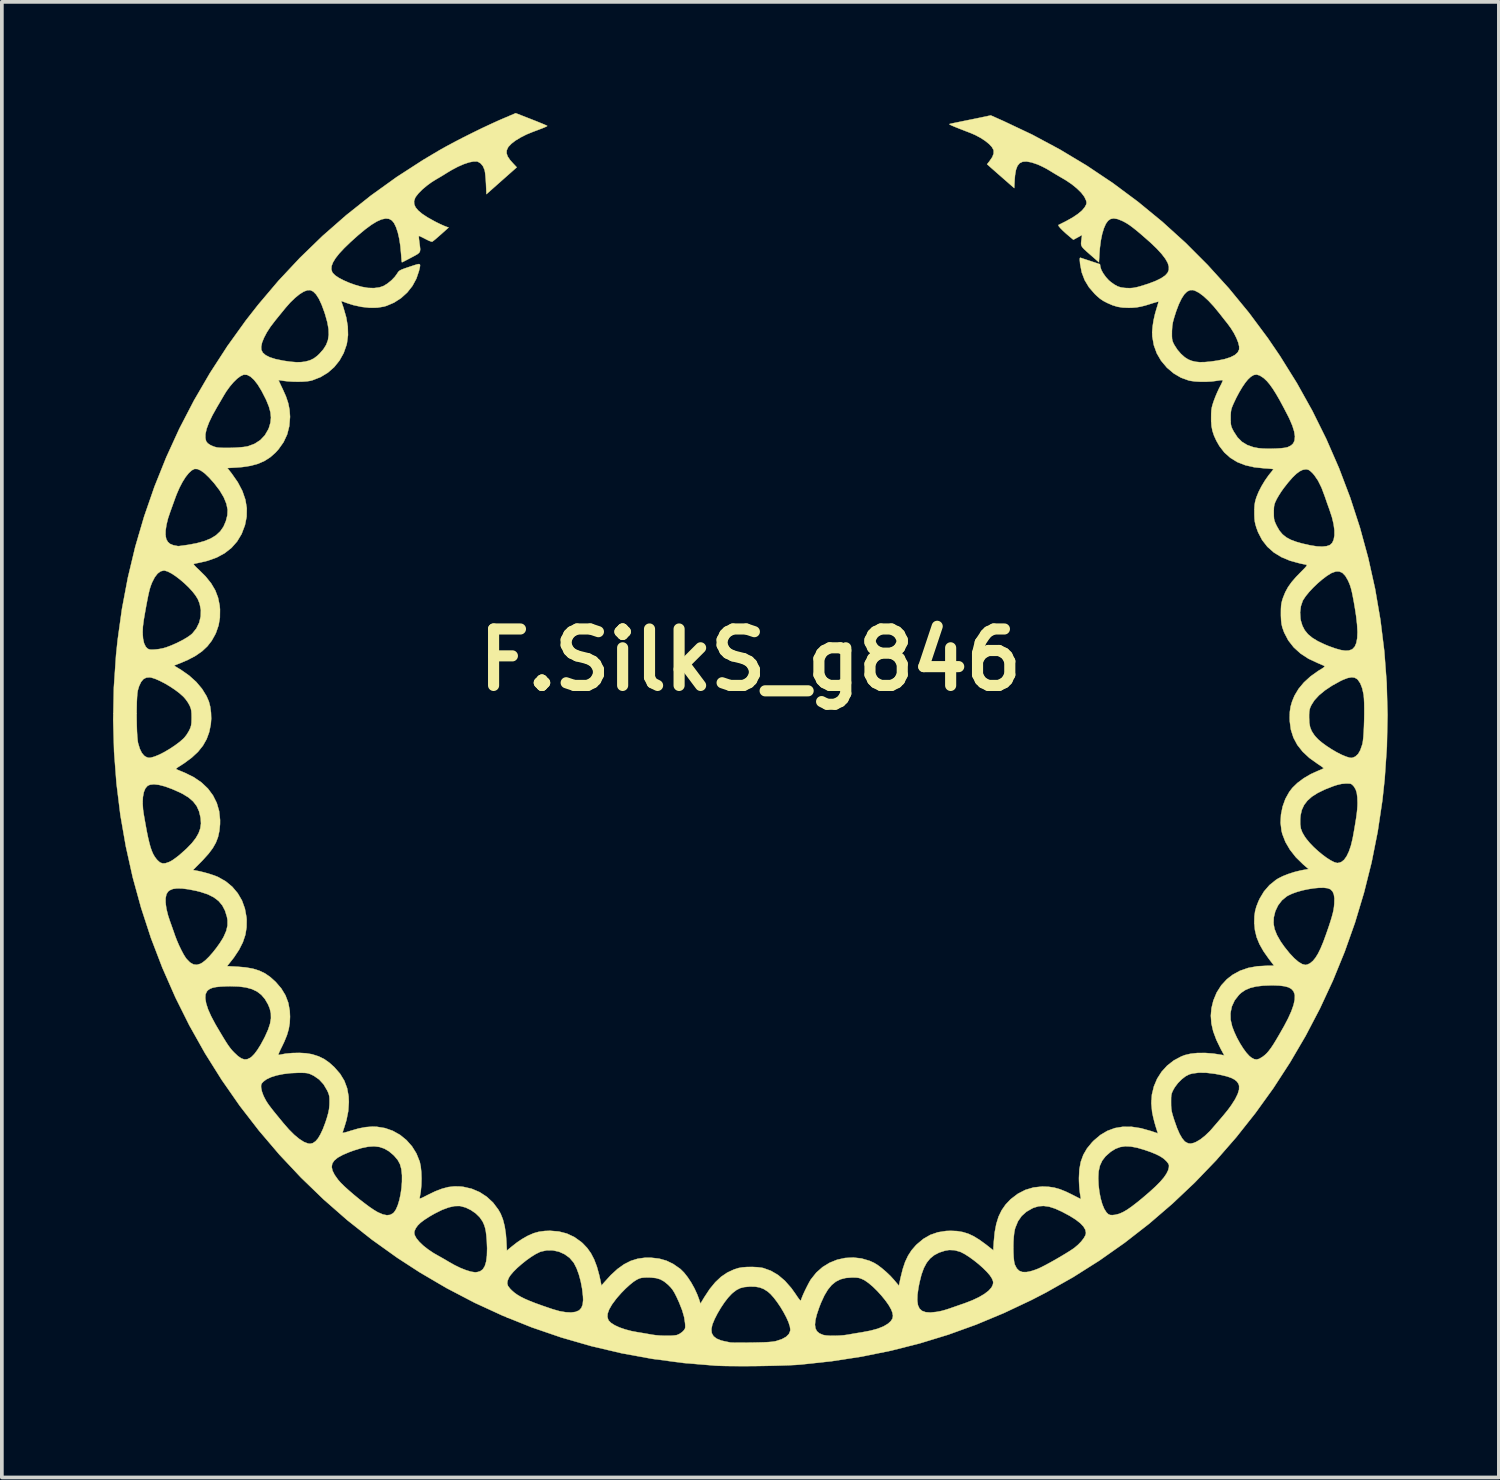
<source format=kicad_pcb>
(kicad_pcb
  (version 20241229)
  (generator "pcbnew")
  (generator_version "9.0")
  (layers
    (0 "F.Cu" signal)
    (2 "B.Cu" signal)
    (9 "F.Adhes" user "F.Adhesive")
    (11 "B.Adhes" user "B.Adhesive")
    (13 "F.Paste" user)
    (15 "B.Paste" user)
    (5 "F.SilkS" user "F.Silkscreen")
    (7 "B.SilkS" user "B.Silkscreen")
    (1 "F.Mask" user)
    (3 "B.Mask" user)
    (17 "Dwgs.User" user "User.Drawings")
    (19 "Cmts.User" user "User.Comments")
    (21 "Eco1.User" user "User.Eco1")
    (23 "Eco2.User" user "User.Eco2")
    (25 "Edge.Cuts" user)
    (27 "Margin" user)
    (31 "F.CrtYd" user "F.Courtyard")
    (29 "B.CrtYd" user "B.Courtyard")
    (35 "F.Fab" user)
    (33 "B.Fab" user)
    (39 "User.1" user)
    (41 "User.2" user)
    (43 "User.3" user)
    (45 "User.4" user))
  (footprint "F.SilkS_g846"
    (layer "F.Cu")
    (at 17.203 14.762)
    (property "Reference" "F.SilkS_g846" (at 0 0 0) (layer "F.SilkS") (effects (font (size 1.524 1.524) (thickness 0.3))))
    (attr through_hole)
    (fp_poly (pts (xy -5.908 -14.591) (xy -5.783 -14.542) (xy -5.673 -14.497) (xy -5.582 -14.46) (xy -5.518 -14.432) (xy -5.485 -14.416) (xy -5.482 -14.413) (xy -5.495 -14.402) (xy -5.537 -14.382) (xy -5.609 -14.352) (xy -5.716 -14.311) (xy -5.86 -14.257) (xy -5.863 -14.256) (xy -6.04 -14.184) (xy -6.2 -14.103) (xy -6.339 -14.019) (xy -6.45 -13.933) (xy -6.528 -13.851) (xy -6.541 -13.831) (xy -6.576 -13.753) (xy -6.579 -13.674) (xy -6.55 -13.589) (xy -6.486 -13.494) (xy -6.409 -13.407) (xy -6.305 -13.296) (xy -6.714 -12.934) (xy -7.123 -12.571) (xy -7.135 -12.852) (xy -7.142 -12.966) (xy -7.151 -13.073) (xy -7.161 -13.161) (xy -7.172 -13.22) (xy -7.173 -13.223) (xy -7.216 -13.325) (xy -7.279 -13.402) (xy -7.355 -13.447) (xy -7.377 -13.453) (xy -7.471 -13.454) (xy -7.592 -13.43) (xy -7.735 -13.382) (xy -7.893 -13.313) (xy -8.061 -13.224) (xy -8.183 -13.151) (xy -8.272 -13.095) (xy -8.363 -13.04) (xy -8.438 -12.996) (xy -8.456 -12.986) (xy -8.598 -12.899) (xy -8.733 -12.8) (xy -8.855 -12.697) (xy -8.956 -12.595) (xy -9.029 -12.502) (xy -9.047 -12.471) (xy -9.076 -12.386) (xy -9.073 -12.302) (xy -9.037 -12.217) (xy -8.966 -12.131) (xy -8.859 -12.041) (xy -8.714 -11.945) (xy -8.529 -11.842) (xy -8.474 -11.813) (xy -8.386 -11.77) (xy -8.303 -11.732) (xy -8.238 -11.704) (xy -8.223 -11.698) (xy -8.144 -11.671) (xy -8.353 -11.484) (xy -8.433 -11.414) (xy -8.502 -11.354) (xy -8.556 -11.311) (xy -8.586 -11.289) (xy -8.588 -11.288) (xy -8.617 -11.293) (xy -8.673 -11.314) (xy -8.745 -11.349) (xy -8.776 -11.365) (xy -8.85 -11.403) (xy -8.908 -11.431) (xy -8.942 -11.443) (xy -8.947 -11.443) (xy -8.949 -11.42) (xy -8.945 -11.365) (xy -8.936 -11.29) (xy -8.934 -11.272) (xy -8.919 -11.163) (xy -8.911 -11.086) (xy -8.917 -11.031) (xy -8.94 -10.989) (xy -8.986 -10.952) (xy -9.059 -10.91) (xy -9.153 -10.86) (xy -9.244 -10.812) (xy -9.321 -10.772) (xy -9.376 -10.744) (xy -9.403 -10.732) (xy -9.404 -10.732) (xy -9.409 -10.751) (xy -9.415 -10.805) (xy -9.421 -10.883) (xy -9.427 -10.959) (xy -9.446 -11.172) (xy -9.476 -11.366) (xy -9.515 -11.537) (xy -9.563 -11.68) (xy -9.617 -11.791) (xy -9.677 -11.864) (xy -9.678 -11.864) (xy -9.753 -11.905) (xy -9.844 -11.914) (xy -9.953 -11.891) (xy -10.081 -11.835) (xy -10.228 -11.745) (xy -10.397 -11.62) (xy -10.587 -11.462) (xy -10.792 -11.278) (xy -10.961 -11.115) (xy -11.096 -10.97) (xy -11.197 -10.842) (xy -11.265 -10.73) (xy -11.303 -10.631) (xy -11.309 -10.545) (xy -11.287 -10.47) (xy -11.268 -10.441) (xy -11.205 -10.378) (xy -11.106 -10.312) (xy -10.979 -10.245) (xy -10.83 -10.18) (xy -10.666 -10.121) (xy -10.494 -10.072) (xy -10.491 -10.071) (xy -10.322 -10.041) (xy -10.159 -10.036) (xy -10.011 -10.055) (xy -9.901 -10.093) (xy -9.796 -10.157) (xy -9.69 -10.243) (xy -9.597 -10.339) (xy -9.534 -10.426) (xy -9.511 -10.462) (xy -9.488 -10.49) (xy -9.457 -10.513) (xy -9.41 -10.536) (xy -9.341 -10.563) (xy -9.241 -10.597) (xy -9.196 -10.612) (xy -9.079 -10.651) (xy -8.997 -10.676) (xy -8.946 -10.685) (xy -8.92 -10.674) (xy -8.914 -10.643) (xy -8.923 -10.589) (xy -8.942 -10.509) (xy -8.943 -10.503) (xy -9.015 -10.29) (xy -9.122 -10.093) (xy -9.261 -9.917) (xy -9.428 -9.766) (xy -9.617 -9.644) (xy -9.824 -9.556) (xy -9.895 -9.536) (xy -10.074 -9.507) (xy -10.277 -9.505) (xy -10.494 -9.529) (xy -10.715 -9.577) (xy -10.882 -9.63) (xy -11.045 -9.69) (xy -10.983 -9.508) (xy -10.907 -9.243) (xy -10.866 -8.997) (xy -10.86 -8.768) (xy -10.888 -8.552) (xy -10.899 -8.504) (xy -10.977 -8.282) (xy -11.09 -8.08) (xy -11.233 -7.903) (xy -11.404 -7.753) (xy -11.6 -7.634) (xy -11.815 -7.55) (xy -11.874 -7.534) (xy -11.963 -7.52) (xy -12.081 -7.511) (xy -12.215 -7.508) (xy -12.354 -7.511) (xy -12.485 -7.519) (xy -12.593 -7.532) (xy -12.663 -7.543) (xy -12.714 -7.55) (xy -12.734 -7.551) (xy -12.727 -7.531) (xy -12.704 -7.481) (xy -12.67 -7.408) (xy -12.627 -7.319) (xy -12.624 -7.313) (xy -12.534 -7.111) (xy -12.473 -6.928) (xy -12.438 -6.752) (xy -12.425 -6.573) (xy -12.425 -6.553) (xy -12.445 -6.31) (xy -12.502 -6.086) (xy -12.599 -5.878) (xy -12.735 -5.686) (xy -12.816 -5.596) (xy -12.959 -5.47) (xy -13.115 -5.37) (xy -13.289 -5.294) (xy -13.487 -5.24) (xy -13.715 -5.205) (xy -13.868 -5.193) (xy -14.116 -5.179) (xy -13.999 -5.031) (xy -13.834 -4.794) (xy -13.711 -4.56) (xy -13.631 -4.328) (xy -13.592 -4.097) (xy -13.596 -3.867) (xy -13.641 -3.638) (xy -13.728 -3.408) (xy -13.735 -3.393) (xy -13.854 -3.196) (xy -14.005 -3.025) (xy -14.188 -2.881) (xy -14.402 -2.765) (xy -14.647 -2.677) (xy -14.817 -2.636) (xy -14.902 -2.618) (xy -14.972 -2.603) (xy -15.017 -2.593) (xy -15.024 -2.591) (xy -15.022 -2.575) (xy -14.991 -2.536) (xy -14.937 -2.481) (xy -14.892 -2.44) (xy -14.704 -2.253) (xy -14.555 -2.068) (xy -14.443 -1.879) (xy -14.368 -1.682) (xy -14.325 -1.474) (xy -14.315 -1.365) (xy -14.318 -1.14) (xy -14.353 -0.934) (xy -14.421 -0.737) (xy -14.443 -0.689) (xy -14.539 -0.517) (xy -14.656 -0.367) (xy -14.798 -0.234) (xy -14.97 -0.114) (xy -15.176 -0.004) (xy -15.383 0.085) (xy -15.557 0.153) (xy -15.362 0.272) (xy -15.146 0.424) (xy -14.957 0.594) (xy -14.8 0.78) (xy -14.679 0.976) (xy -14.614 1.127) (xy -14.579 1.262) (xy -14.558 1.421) (xy -14.552 1.586) (xy -14.563 1.735) (xy -14.606 1.947) (xy -14.676 2.139) (xy -14.776 2.315) (xy -14.909 2.481) (xy -15.078 2.638) (xy -15.285 2.791) (xy -15.397 2.863) (xy -15.461 2.904) (xy -15.494 2.929) (xy -15.499 2.944) (xy -15.483 2.956) (xy -15.471 2.961) (xy -15.427 2.98) (xy -15.358 3.008) (xy -15.277 3.042) (xy -15.261 3.048) (xy -15.021 3.167) (xy -14.814 3.309) (xy -14.641 3.473) (xy -14.504 3.658) (xy -14.402 3.862) (xy -14.338 4.083) (xy -14.313 4.32) (xy -14.314 4.433) (xy -14.332 4.616) (xy -14.368 4.78) (xy -14.426 4.932) (xy -14.51 5.08) (xy -14.623 5.231) (xy -14.769 5.393) (xy -14.808 5.434) (xy -15.044 5.672) (xy -14.967 5.685) (xy -14.853 5.708) (xy -14.721 5.741) (xy -14.587 5.78) (xy -14.466 5.82) (xy -14.371 5.858) (xy -14.368 5.859) (xy -14.162 5.976) (xy -13.984 6.123) (xy -13.837 6.297) (xy -13.722 6.494) (xy -13.643 6.713) (xy -13.6 6.95) (xy -13.595 7.008) (xy -13.598 7.218) (xy -13.631 7.421) (xy -13.698 7.621) (xy -13.8 7.823) (xy -13.939 8.033) (xy -14.03 8.149) (xy -14.124 8.266) (xy -13.851 8.28) (xy -13.621 8.3) (xy -13.423 8.335) (xy -13.252 8.389) (xy -13.098 8.463) (xy -12.956 8.562) (xy -12.817 8.687) (xy -12.816 8.688) (xy -12.662 8.866) (xy -12.548 9.053) (xy -12.472 9.254) (xy -12.432 9.473) (xy -12.425 9.632) (xy -12.433 9.802) (xy -12.46 9.965) (xy -12.508 10.129) (xy -12.581 10.308) (xy -12.635 10.421) (xy -12.685 10.522) (xy -12.717 10.592) (xy -12.734 10.634) (xy -12.736 10.656) (xy -12.726 10.662) (xy -12.712 10.66) (xy -12.546 10.628) (xy -12.362 10.611) (xy -12.173 10.607) (xy -11.995 10.617) (xy -11.841 10.642) (xy -11.824 10.646) (xy -11.652 10.701) (xy -11.502 10.774) (xy -11.361 10.874) (xy -11.227 10.995) (xy -11.073 11.172) (xy -10.959 11.359) (xy -10.884 11.56) (xy -10.844 11.779) (xy -10.837 11.933) (xy -10.853 12.176) (xy -10.902 12.423) (xy -10.954 12.595) (xy -10.979 12.67) (xy -10.998 12.73) (xy -11.006 12.763) (xy -11.007 12.765) (xy -10.988 12.765) (xy -10.937 12.754) (xy -10.863 12.733) (xy -10.787 12.709) (xy -10.572 12.647) (xy -10.38 12.611) (xy -10.202 12.597) (xy -10.085 12.601) (xy -9.862 12.637) (xy -9.651 12.711) (xy -9.456 12.82) (xy -9.282 12.961) (xy -9.133 13.129) (xy -9.013 13.322) (xy -8.927 13.536) (xy -8.923 13.547) (xy -8.897 13.673) (xy -8.881 13.828) (xy -8.875 14) (xy -8.88 14.178) (xy -8.896 14.349) (xy -8.923 14.502) (xy -8.925 14.514) (xy -8.927 14.532) (xy -8.916 14.538) (xy -8.887 14.53) (xy -8.835 14.507) (xy -8.753 14.465) (xy -8.714 14.445) (xy -8.508 14.345) (xy -8.323 14.274) (xy -8.153 14.229) (xy -7.989 14.21) (xy -7.824 14.214) (xy -7.751 14.222) (xy -7.52 14.275) (xy -7.306 14.366) (xy -7.113 14.492) (xy -6.943 14.65) (xy -6.802 14.838) (xy -6.74 14.947) (xy -6.679 15.1) (xy -6.631 15.287) (xy -6.599 15.502) (xy -6.586 15.669) (xy -6.572 15.944) (xy -6.445 15.839) (xy -6.3 15.725) (xy -6.165 15.634) (xy -6.026 15.554) (xy -5.996 15.539) (xy -5.85 15.475) (xy -5.706 15.435) (xy -5.548 15.414) (xy -5.405 15.409) (xy -5.169 15.428) (xy -4.952 15.484) (xy -4.751 15.578) (xy -4.565 15.711) (xy -4.525 15.746) (xy -4.405 15.872) (xy -4.303 16.015) (xy -4.216 16.182) (xy -4.142 16.377) (xy -4.079 16.605) (xy -4.043 16.769) (xy -4.019 16.889) (xy -3.953 16.811) (xy -3.767 16.606) (xy -3.587 16.441) (xy -3.408 16.313) (xy -3.227 16.221) (xy -3.04 16.163) (xy -2.843 16.136) (xy -2.678 16.136) (xy -2.46 16.161) (xy -2.265 16.216) (xy -2.083 16.304) (xy -1.903 16.429) (xy -1.886 16.442) (xy -1.792 16.535) (xy -1.693 16.66) (xy -1.596 16.807) (xy -1.507 16.967) (xy -1.432 17.131) (xy -1.382 17.265) (xy -1.347 17.377) (xy -1.244 17.205) (xy -1.097 16.982) (xy -0.947 16.799) (xy -0.79 16.651) (xy -0.622 16.537) (xy -0.441 16.453) (xy -0.318 16.414) (xy -0.214 16.396) (xy -0.084 16.386) (xy 0.057 16.385) (xy 0.194 16.392) (xy 0.312 16.407) (xy 0.35 16.415) (xy 0.555 16.489) (xy 0.749 16.603) (xy 0.931 16.757) (xy 1.103 16.952) (xy 1.209 17.1) (xy 1.271 17.192) (xy 1.314 17.252) (xy 1.342 17.284) (xy 1.359 17.292) (xy 1.368 17.279) (xy 1.368 17.277) (xy 1.39 17.216) (xy 1.426 17.128) (xy 1.473 17.026) (xy 1.525 16.921) (xy 1.576 16.822) (xy 1.621 16.742) (xy 1.638 16.717) (xy 1.781 16.537) (xy 1.949 16.389) (xy 2.138 16.273) (xy 2.343 16.19) (xy 2.558 16.143) (xy 2.779 16.131) (xy 3.001 16.156) (xy 3.219 16.22) (xy 3.338 16.274) (xy 3.435 16.333) (xy 3.548 16.418) (xy 3.666 16.519) (xy 3.78 16.627) (xy 3.873 16.729) (xy 4.01 16.891) (xy 4.056 16.674) (xy 4.113 16.444) (xy 4.178 16.249) (xy 4.257 16.082) (xy 4.351 15.936) (xy 4.465 15.804) (xy 4.494 15.775) (xy 4.671 15.627) (xy 4.859 15.519) (xy 5.062 15.449) (xy 5.285 15.414) (xy 5.411 15.41) (xy 5.579 15.417) (xy 5.733 15.443) (xy 5.881 15.488) (xy 6.029 15.557) (xy 6.185 15.653) (xy 6.357 15.778) (xy 6.417 15.825) (xy 6.558 15.937) (xy 6.563 15.849) (xy 7.099 15.849) (xy 7.101 15.989) (xy 7.107 16.119) (xy 7.118 16.228) (xy 7.134 16.307) (xy 7.139 16.322) (xy 7.191 16.424) (xy 7.258 16.49) (xy 7.344 16.522) (xy 7.454 16.523) (xy 7.535 16.509) (xy 7.606 16.49) (xy 7.695 16.46) (xy 7.768 16.432) (xy 7.852 16.393) (xy 7.963 16.336) (xy 8.093 16.266) (xy 8.232 16.188) (xy 8.373 16.106) (xy 8.506 16.026) (xy 8.624 15.953) (xy 8.717 15.891) (xy 8.749 15.868) (xy 8.848 15.784) (xy 8.934 15.695) (xy 9.002 15.606) (xy 9.046 15.526) (xy 9.059 15.468) (xy 9.043 15.383) (xy 8.992 15.295) (xy 8.906 15.204) (xy 8.783 15.108) (xy 8.621 15.006) (xy 8.419 14.898) (xy 8.41 14.893) (xy 8.226 14.81) (xy 8.064 14.758) (xy 7.917 14.738) (xy 7.781 14.747) (xy 7.648 14.787) (xy 7.615 14.801) (xy 7.451 14.895) (xy 7.322 15.011) (xy 7.224 15.152) (xy 7.153 15.325) (xy 7.14 15.369) (xy 7.123 15.458) (xy 7.11 15.574) (xy 7.102 15.707) (xy 7.099 15.849) (xy 6.563 15.849) (xy 6.571 15.71) (xy 6.596 15.45) (xy 6.639 15.223) (xy 6.7 15.027) (xy 6.784 14.854) (xy 6.891 14.7) (xy 7.023 14.561) (xy 7.031 14.554) (xy 7.22 14.41) (xy 7.424 14.305) (xy 7.642 14.24) (xy 7.874 14.215) (xy 7.895 14.215) (xy 8.054 14.222) (xy 8.203 14.244) (xy 8.353 14.286) (xy 8.515 14.351) (xy 8.668 14.425) (xy 8.924 14.555) (xy 8.897 14.395) (xy 8.886 14.304) (xy 8.877 14.189) (xy 8.871 14.066) (xy 8.87 13.989) (xy 8.87 13.981) (xy 9.391 13.981) (xy 9.399 14.173) (xy 9.421 14.36) (xy 9.455 14.534) (xy 9.499 14.689) (xy 9.551 14.816) (xy 9.61 14.909) (xy 9.614 14.914) (xy 9.662 14.961) (xy 9.71 14.982) (xy 9.77 14.986) (xy 9.845 14.978) (xy 9.932 14.957) (xy 9.974 14.943) (xy 10.067 14.901) (xy 10.173 14.839) (xy 10.295 14.754) (xy 10.438 14.644) (xy 10.577 14.531) (xy 10.772 14.364) (xy 10.934 14.216) (xy 11.063 14.086) (xy 11.162 13.971) (xy 11.232 13.868) (xy 11.277 13.776) (xy 11.297 13.699) (xy 11.3 13.647) (xy 11.288 13.605) (xy 11.255 13.559) (xy 11.227 13.527) (xy 11.158 13.462) (xy 11.069 13.403) (xy 10.954 13.344) (xy 10.808 13.284) (xy 10.647 13.228) (xy 10.445 13.168) (xy 10.271 13.135) (xy 10.118 13.128) (xy 9.981 13.149) (xy 9.854 13.197) (xy 9.732 13.273) (xy 9.723 13.28) (xy 9.592 13.394) (xy 9.498 13.515) (xy 9.435 13.652) (xy 9.4 13.81) (xy 9.391 13.981) (xy 8.87 13.981) (xy 8.881 13.753) (xy 8.92 13.545) (xy 8.988 13.358) (xy 9.088 13.186) (xy 9.223 13.022) (xy 9.269 12.975) (xy 9.447 12.824) (xy 9.636 12.712) (xy 9.839 12.637) (xy 10.057 12.601) (xy 10.291 12.602) (xy 10.543 12.641) (xy 10.813 12.717) (xy 10.82 12.719) (xy 11 12.78) (xy 10.939 12.586) (xy 10.906 12.471) (xy 10.874 12.342) (xy 10.849 12.223) (xy 10.845 12.203) (xy 10.823 11.964) (xy 10.825 11.938) (xy 11.356 11.938) (xy 11.357 12.033) (xy 11.362 12.11) (xy 11.372 12.18) (xy 11.391 12.258) (xy 11.42 12.354) (xy 11.446 12.435) (xy 11.517 12.635) (xy 11.586 12.793) (xy 11.654 12.911) (xy 11.72 12.991) (xy 11.747 13.012) (xy 11.817 13.048) (xy 11.888 13.056) (xy 11.972 13.036) (xy 12.033 13.01) (xy 12.149 12.942) (xy 12.275 12.842) (xy 12.403 12.719) (xy 12.461 12.654) (xy 12.589 12.505) (xy 12.693 12.384) (xy 12.776 12.286) (xy 12.842 12.205) (xy 12.895 12.139) (xy 12.938 12.081) (xy 12.976 12.028) (xy 12.98 12.023) (xy 13.085 11.859) (xy 13.155 11.717) (xy 13.191 11.598) (xy 13.193 11.499) (xy 13.177 11.445) (xy 13.135 11.382) (xy 13.072 11.329) (xy 12.984 11.283) (xy 12.866 11.242) (xy 12.713 11.205) (xy 12.542 11.172) (xy 12.311 11.144) (xy 12.106 11.141) (xy 11.93 11.164) (xy 11.847 11.187) (xy 11.748 11.238) (xy 11.645 11.318) (xy 11.545 11.418) (xy 11.461 11.528) (xy 11.428 11.583) (xy 11.396 11.645) (xy 11.375 11.696) (xy 11.363 11.748) (xy 11.357 11.813) (xy 11.356 11.904) (xy 11.356 11.938) (xy 10.825 11.938) (xy 10.839 11.732) (xy 10.893 11.511) (xy 10.98 11.305) (xy 11.1 11.117) (xy 11.25 10.952) (xy 11.427 10.813) (xy 11.629 10.705) (xy 11.726 10.667) (xy 11.882 10.63) (xy 12.068 10.61) (xy 12.277 10.609) (xy 12.499 10.626) (xy 12.727 10.662) (xy 12.73 10.663) (xy 12.792 10.675) (xy 12.696 10.497) (xy 12.578 10.253) (xy 12.494 10.027) (xy 12.445 9.813) (xy 12.43 9.606) (xy 12.436 9.528) (xy 12.96 9.528) (xy 12.963 9.711) (xy 13.006 9.896) (xy 13.064 10.047) (xy 13.135 10.2) (xy 13.216 10.348) (xy 13.302 10.485) (xy 13.387 10.601) (xy 13.469 10.691) (xy 13.525 10.736) (xy 13.6 10.776) (xy 13.667 10.786) (xy 13.737 10.767) (xy 13.821 10.716) (xy 13.836 10.706) (xy 13.89 10.663) (xy 13.942 10.614) (xy 13.995 10.552) (xy 14.053 10.475) (xy 14.118 10.378) (xy 14.192 10.257) (xy 14.28 10.107) (xy 14.384 9.924) (xy 14.406 9.886) (xy 14.517 9.674) (xy 14.603 9.483) (xy 14.662 9.315) (xy 14.693 9.173) (xy 14.697 9.057) (xy 14.689 9.016) (xy 14.658 8.94) (xy 14.605 8.882) (xy 14.528 8.838) (xy 14.423 8.809) (xy 14.285 8.791) (xy 14.11 8.784) (xy 14.069 8.784) (xy 13.844 8.792) (xy 13.655 8.814) (xy 13.495 8.853) (xy 13.362 8.909) (xy 13.249 8.985) (xy 13.189 9.041) (xy 13.073 9.189) (xy 12.997 9.353) (xy 12.96 9.528) (xy 12.436 9.528) (xy 12.447 9.402) (xy 12.497 9.196) (xy 12.498 9.194) (xy 12.587 8.979) (xy 12.71 8.785) (xy 12.864 8.618) (xy 13.015 8.501) (xy 13.215 8.391) (xy 13.438 8.314) (xy 13.684 8.269) (xy 13.947 8.255) (xy 14.138 8.255) (xy 13.994 8.067) (xy 13.85 7.862) (xy 13.741 7.669) (xy 13.665 7.482) (xy 13.62 7.293) (xy 13.604 7.118) (xy 14.122 7.118) (xy 14.149 7.263) (xy 14.214 7.426) (xy 14.315 7.603) (xy 14.416 7.746) (xy 14.553 7.917) (xy 14.68 8.052) (xy 14.794 8.15) (xy 14.896 8.211) (xy 14.984 8.233) (xy 14.986 8.233) (xy 15.037 8.222) (xy 15.099 8.193) (xy 15.116 8.182) (xy 15.187 8.122) (xy 15.255 8.038) (xy 15.323 7.928) (xy 15.393 7.786) (xy 15.466 7.61) (xy 15.544 7.396) (xy 15.55 7.379) (xy 15.612 7.2) (xy 15.66 7.053) (xy 15.696 6.933) (xy 15.723 6.833) (xy 15.742 6.747) (xy 15.754 6.666) (xy 15.761 6.587) (xy 15.762 6.572) (xy 15.765 6.435) (xy 15.75 6.331) (xy 15.718 6.254) (xy 15.665 6.198) (xy 15.65 6.188) (xy 15.58 6.162) (xy 15.479 6.15) (xy 15.353 6.151) (xy 15.211 6.164) (xy 15.059 6.188) (xy 14.906 6.22) (xy 14.759 6.261) (xy 14.625 6.309) (xy 14.513 6.362) (xy 14.479 6.382) (xy 14.349 6.489) (xy 14.245 6.625) (xy 14.17 6.782) (xy 14.128 6.953) (xy 14.122 7.118) (xy 13.604 7.118) (xy 13.602 7.097) (xy 13.602 7.07) (xy 13.606 6.919) (xy 13.624 6.787) (xy 13.658 6.66) (xy 13.712 6.522) (xy 13.748 6.444) (xy 13.865 6.249) (xy 14.014 6.077) (xy 14.191 5.935) (xy 14.247 5.9) (xy 14.37 5.838) (xy 14.521 5.778) (xy 14.686 5.725) (xy 14.853 5.684) (xy 14.915 5.672) (xy 15.067 5.645) (xy 14.918 5.516) (xy 14.725 5.327) (xy 14.566 5.125) (xy 14.443 4.915) (xy 14.36 4.701) (xy 14.338 4.614) (xy 14.317 4.436) (xy 14.842 4.436) (xy 14.859 4.552) (xy 14.899 4.658) (xy 14.964 4.769) (xy 15.012 4.836) (xy 15.101 4.943) (xy 15.206 5.052) (xy 15.321 5.158) (xy 15.44 5.256) (xy 15.557 5.343) (xy 15.666 5.412) (xy 15.761 5.46) (xy 15.835 5.481) (xy 15.848 5.482) (xy 15.904 5.472) (xy 15.958 5.451) (xy 16.028 5.394) (xy 16.096 5.298) (xy 16.157 5.17) (xy 16.211 5.012) (xy 16.255 4.829) (xy 16.264 4.784) (xy 16.302 4.574) (xy 16.331 4.4) (xy 16.354 4.256) (xy 16.37 4.135) (xy 16.381 4.033) (xy 16.387 3.942) (xy 16.389 3.863) (xy 16.384 3.71) (xy 16.369 3.592) (xy 16.34 3.499) (xy 16.296 3.424) (xy 16.278 3.402) (xy 16.243 3.366) (xy 16.21 3.345) (xy 16.165 3.337) (xy 16.095 3.336) (xy 16.072 3.336) (xy 15.959 3.346) (xy 15.839 3.374) (xy 15.737 3.407) (xy 15.505 3.498) (xy 15.313 3.592) (xy 15.157 3.691) (xy 15.036 3.799) (xy 14.946 3.917) (xy 14.885 4.049) (xy 14.851 4.197) (xy 14.842 4.297) (xy 14.842 4.436) (xy 14.317 4.436) (xy 14.312 4.399) (xy 14.323 4.178) (xy 14.367 3.959) (xy 14.442 3.75) (xy 14.548 3.561) (xy 14.632 3.452) (xy 14.768 3.32) (xy 14.937 3.194) (xy 15.13 3.081) (xy 15.339 2.987) (xy 15.372 2.974) (xy 15.43 2.95) (xy 15.466 2.93) (xy 15.473 2.922) (xy 15.456 2.905) (xy 15.411 2.871) (xy 15.347 2.828) (xy 15.313 2.806) (xy 15.09 2.647) (xy 14.908 2.477) (xy 14.764 2.295) (xy 14.659 2.098) (xy 14.591 1.886) (xy 14.56 1.657) (xy 14.557 1.566) (xy 14.557 1.556) (xy 15.082 1.556) (xy 15.088 1.701) (xy 15.11 1.818) (xy 15.152 1.922) (xy 15.218 2.024) (xy 15.255 2.07) (xy 15.332 2.151) (xy 15.436 2.238) (xy 15.557 2.326) (xy 15.689 2.412) (xy 15.824 2.491) (xy 15.955 2.558) (xy 16.074 2.608) (xy 16.173 2.639) (xy 16.224 2.645) (xy 16.27 2.635) (xy 16.327 2.609) (xy 16.335 2.604) (xy 16.405 2.539) (xy 16.464 2.436) (xy 16.514 2.292) (xy 16.523 2.26) (xy 16.535 2.187) (xy 16.547 2.079) (xy 16.556 1.945) (xy 16.563 1.793) (xy 16.568 1.631) (xy 16.571 1.467) (xy 16.571 1.308) (xy 16.569 1.164) (xy 16.563 1.041) (xy 16.555 0.948) (xy 16.553 0.935) (xy 16.516 0.767) (xy 16.464 0.633) (xy 16.399 0.538) (xy 16.376 0.516) (xy 16.309 0.478) (xy 16.228 0.469) (xy 16.127 0.487) (xy 16.002 0.534) (xy 15.932 0.567) (xy 15.705 0.692) (xy 15.51 0.822) (xy 15.348 0.956) (xy 15.224 1.091) (xy 15.142 1.22) (xy 15.113 1.283) (xy 15.096 1.338) (xy 15.086 1.398) (xy 15.082 1.478) (xy 15.082 1.556) (xy 14.557 1.556) (xy 14.562 1.401) (xy 14.583 1.26) (xy 14.622 1.125) (xy 14.683 0.977) (xy 14.692 0.958) (xy 14.798 0.781) (xy 14.941 0.609) (xy 15.119 0.446) (xy 15.326 0.298) (xy 15.416 0.244) (xy 15.469 0.209) (xy 15.498 0.181) (xy 15.501 0.168) (xy 15.474 0.153) (xy 15.418 0.128) (xy 15.344 0.096) (xy 15.316 0.085) (xy 15.064 -0.033) (xy 14.847 -0.175) (xy 14.666 -0.34) (xy 14.519 -0.528) (xy 14.409 -0.739) (xy 14.359 -0.878) (xy 14.339 -0.965) (xy 14.327 -1.067) (xy 14.321 -1.197) (xy 14.321 -1.259) (xy 14.321 -1.285) (xy 14.839 -1.285) (xy 14.849 -1.115) (xy 14.859 -1.06) (xy 14.901 -0.922) (xy 14.964 -0.801) (xy 15.052 -0.693) (xy 15.169 -0.596) (xy 15.318 -0.505) (xy 15.504 -0.417) (xy 15.623 -0.368) (xy 15.798 -0.306) (xy 15.942 -0.266) (xy 16.06 -0.249) (xy 16.154 -0.254) (xy 16.231 -0.28) (xy 16.256 -0.295) (xy 16.315 -0.359) (xy 16.356 -0.456) (xy 16.381 -0.587) (xy 16.388 -0.753) (xy 16.377 -0.955) (xy 16.35 -1.194) (xy 16.322 -1.376) (xy 16.291 -1.559) (xy 16.263 -1.707) (xy 16.239 -1.826) (xy 16.215 -1.923) (xy 16.19 -2.005) (xy 16.162 -2.077) (xy 16.13 -2.147) (xy 16.128 -2.152) (xy 16.058 -2.271) (xy 15.982 -2.349) (xy 15.897 -2.387) (xy 15.801 -2.386) (xy 15.691 -2.347) (xy 15.672 -2.337) (xy 15.562 -2.268) (xy 15.44 -2.176) (xy 15.314 -2.068) (xy 15.191 -1.95) (xy 15.08 -1.831) (xy 14.988 -1.718) (xy 14.922 -1.618) (xy 14.91 -1.597) (xy 14.86 -1.45) (xy 14.839 -1.285) (xy 14.321 -1.285) (xy 14.322 -1.377) (xy 14.327 -1.465) (xy 14.338 -1.538) (xy 14.356 -1.61) (xy 14.38 -1.683) (xy 14.439 -1.828) (xy 14.513 -1.964) (xy 14.608 -2.098) (xy 14.731 -2.24) (xy 14.832 -2.344) (xy 14.916 -2.429) (xy 14.974 -2.489) (xy 15.007 -2.528) (xy 15.02 -2.552) (xy 15.016 -2.565) (xy 15.002 -2.57) (xy 14.954 -2.58) (xy 14.884 -2.594) (xy 14.838 -2.604) (xy 14.568 -2.677) (xy 14.332 -2.776) (xy 14.127 -2.902) (xy 13.955 -3.055) (xy 13.814 -3.236) (xy 13.705 -3.445) (xy 13.66 -3.567) (xy 13.634 -3.654) (xy 13.617 -3.732) (xy 13.608 -3.817) (xy 13.604 -3.923) (xy 13.604 -3.978) (xy 14.129 -3.978) (xy 14.13 -3.881) (xy 14.135 -3.81) (xy 14.149 -3.751) (xy 14.173 -3.689) (xy 14.209 -3.614) (xy 14.28 -3.491) (xy 14.363 -3.391) (xy 14.464 -3.309) (xy 14.59 -3.241) (xy 14.748 -3.183) (xy 14.891 -3.143) (xy 15.107 -3.094) (xy 15.289 -3.065) (xy 15.438 -3.058) (xy 15.557 -3.071) (xy 15.641 -3.1) (xy 15.704 -3.156) (xy 15.745 -3.244) (xy 15.766 -3.362) (xy 15.765 -3.504) (xy 15.743 -3.667) (xy 15.7 -3.848) (xy 15.636 -4.042) (xy 15.633 -4.052) (xy 15.603 -4.135) (xy 15.565 -4.241) (xy 15.526 -4.355) (xy 15.504 -4.418) (xy 15.417 -4.65) (xy 15.323 -4.839) (xy 15.222 -4.987) (xy 15.173 -5.043) (xy 15.113 -5.099) (xy 15.067 -5.13) (xy 15.022 -5.142) (xy 14.991 -5.144) (xy 14.912 -5.131) (xy 14.828 -5.091) (xy 14.736 -5.023) (xy 14.633 -4.923) (xy 14.517 -4.79) (xy 14.394 -4.633) (xy 14.328 -4.54) (xy 14.264 -4.439) (xy 14.211 -4.348) (xy 14.199 -4.324) (xy 14.165 -4.252) (xy 14.145 -4.193) (xy 14.134 -4.132) (xy 14.129 -4.054) (xy 14.129 -3.978) (xy 13.604 -3.978) (xy 13.604 -3.979) (xy 13.605 -4.095) (xy 13.611 -4.183) (xy 13.623 -4.259) (xy 13.643 -4.336) (xy 13.664 -4.4) (xy 13.72 -4.537) (xy 13.798 -4.689) (xy 13.891 -4.843) (xy 13.991 -4.985) (xy 14.034 -5.038) (xy 14.078 -5.092) (xy 14.108 -5.132) (xy 14.118 -5.148) (xy 14.098 -5.153) (xy 14.045 -5.159) (xy 13.966 -5.166) (xy 13.878 -5.171) (xy 13.602 -5.2) (xy 13.358 -5.256) (xy 13.143 -5.34) (xy 12.957 -5.454) (xy 12.796 -5.597) (xy 12.661 -5.772) (xy 12.578 -5.917) (xy 12.515 -6.055) (xy 12.473 -6.182) (xy 12.448 -6.312) (xy 12.438 -6.462) (xy 12.438 -6.53) (xy 12.965 -6.53) (xy 12.965 -6.431) (xy 12.97 -6.362) (xy 12.981 -6.306) (xy 13.002 -6.252) (xy 13.036 -6.185) (xy 13.047 -6.164) (xy 13.148 -6.009) (xy 13.268 -5.888) (xy 13.412 -5.8) (xy 13.583 -5.74) (xy 13.712 -5.716) (xy 13.816 -5.706) (xy 13.938 -5.701) (xy 14.07 -5.701) (xy 14.202 -5.705) (xy 14.323 -5.713) (xy 14.424 -5.725) (xy 14.495 -5.74) (xy 14.509 -5.745) (xy 14.596 -5.789) (xy 14.651 -5.841) (xy 14.684 -5.909) (xy 14.69 -5.929) (xy 14.7 -6.034) (xy 14.679 -6.166) (xy 14.63 -6.324) (xy 14.553 -6.504) (xy 14.525 -6.562) (xy 14.4 -6.803) (xy 14.29 -7.008) (xy 14.191 -7.179) (xy 14.102 -7.32) (xy 14.02 -7.435) (xy 13.944 -7.525) (xy 13.871 -7.594) (xy 13.847 -7.614) (xy 13.751 -7.676) (xy 13.668 -7.702) (xy 13.59 -7.691) (xy 13.509 -7.643) (xy 13.43 -7.569) (xy 13.36 -7.483) (xy 13.28 -7.366) (xy 13.197 -7.227) (xy 13.116 -7.075) (xy 13.042 -6.919) (xy 13.032 -6.896) (xy 13 -6.819) (xy 12.98 -6.754) (xy 12.97 -6.688) (xy 12.965 -6.605) (xy 12.965 -6.53) (xy 12.438 -6.53) (xy 12.438 -6.54) (xy 12.439 -6.655) (xy 12.445 -6.742) (xy 12.457 -6.817) (xy 12.478 -6.896) (xy 12.507 -6.985) (xy 12.55 -7.099) (xy 12.603 -7.224) (xy 12.656 -7.338) (xy 12.67 -7.364) (xy 12.71 -7.441) (xy 12.739 -7.504) (xy 12.754 -7.543) (xy 12.755 -7.551) (xy 12.731 -7.552) (xy 12.676 -7.547) (xy 12.602 -7.536) (xy 12.59 -7.534) (xy 12.455 -7.516) (xy 12.303 -7.508) (xy 12.147 -7.508) (xy 12.001 -7.516) (xy 11.878 -7.533) (xy 11.835 -7.542) (xy 11.622 -7.619) (xy 11.428 -7.733) (xy 11.247 -7.886) (xy 11.239 -7.894) (xy 11.086 -8.077) (xy 10.97 -8.276) (xy 10.891 -8.495) (xy 10.849 -8.734) (xy 10.849 -8.738) (xy 11.379 -8.738) (xy 11.383 -8.668) (xy 11.393 -8.615) (xy 11.412 -8.564) (xy 11.443 -8.503) (xy 11.449 -8.493) (xy 11.527 -8.372) (xy 11.624 -8.26) (xy 11.727 -8.168) (xy 11.823 -8.108) (xy 11.917 -8.071) (xy 12.017 -8.047) (xy 12.129 -8.036) (xy 12.26 -8.038) (xy 12.417 -8.052) (xy 12.605 -8.079) (xy 12.799 -8.118) (xy 12.956 -8.168) (xy 13.075 -8.228) (xy 13.155 -8.299) (xy 13.194 -8.379) (xy 13.194 -8.382) (xy 13.194 -8.463) (xy 13.168 -8.569) (xy 13.119 -8.691) (xy 13.052 -8.824) (xy 12.968 -8.958) (xy 12.872 -9.089) (xy 12.87 -9.091) (xy 12.817 -9.157) (xy 12.75 -9.242) (xy 12.681 -9.33) (xy 12.656 -9.362) (xy 12.508 -9.542) (xy 12.366 -9.695) (xy 12.233 -9.818) (xy 12.111 -9.909) (xy 12.003 -9.965) (xy 11.948 -9.982) (xy 11.867 -9.98) (xy 11.789 -9.942) (xy 11.714 -9.868) (xy 11.64 -9.755) (xy 11.567 -9.604) (xy 11.494 -9.412) (xy 11.439 -9.239) (xy 11.406 -9.119) (xy 11.388 -9.01) (xy 11.38 -8.89) (xy 11.379 -8.837) (xy 11.379 -8.738) (xy 10.849 -8.738) (xy 10.846 -8.856) (xy 10.859 -9.004) (xy 10.884 -9.167) (xy 10.921 -9.332) (xy 10.961 -9.472) (xy 10.987 -9.555) (xy 11.006 -9.621) (xy 11.016 -9.662) (xy 11.016 -9.67) (xy 10.995 -9.667) (xy 10.942 -9.653) (xy 10.867 -9.631) (xy 10.812 -9.613) (xy 10.66 -9.566) (xy 10.534 -9.535) (xy 10.42 -9.515) (xy 10.306 -9.506) (xy 10.213 -9.504) (xy 10.051 -9.51) (xy 9.911 -9.532) (xy 9.776 -9.573) (xy 9.634 -9.635) (xy 9.53 -9.689) (xy 9.44 -9.749) (xy 9.35 -9.827) (xy 9.294 -9.881) (xy 9.139 -10.06) (xy 9.024 -10.251) (xy 8.945 -10.459) (xy 8.901 -10.688) (xy 8.899 -10.713) (xy 8.892 -10.792) (xy 8.893 -10.837) (xy 8.901 -10.855) (xy 8.913 -10.854) (xy 8.944 -10.844) (xy 9.006 -10.823) (xy 9.091 -10.795) (xy 9.188 -10.763) (xy 9.19 -10.762) (xy 9.436 -10.681) (xy 9.449 -10.603) (xy 9.475 -10.523) (xy 9.527 -10.43) (xy 9.596 -10.334) (xy 9.674 -10.248) (xy 9.73 -10.2) (xy 9.83 -10.129) (xy 9.915 -10.083) (xy 9.999 -10.055) (xy 10.098 -10.041) (xy 10.153 -10.037) (xy 10.253 -10.035) (xy 10.339 -10.042) (xy 10.431 -10.06) (xy 10.518 -10.083) (xy 10.75 -10.156) (xy 10.94 -10.229) (xy 11.089 -10.302) (xy 11.197 -10.376) (xy 11.262 -10.448) (xy 11.295 -10.526) (xy 11.296 -10.614) (xy 11.266 -10.715) (xy 11.201 -10.829) (xy 11.103 -10.957) (xy 10.97 -11.102) (xy 10.801 -11.264) (xy 10.667 -11.382) (xy 10.528 -11.503) (xy 10.413 -11.599) (xy 10.318 -11.674) (xy 10.237 -11.734) (xy 10.165 -11.781) (xy 10.095 -11.821) (xy 10.031 -11.853) (xy 9.908 -11.901) (xy 9.807 -11.917) (xy 9.725 -11.902) (xy 9.656 -11.854) (xy 9.655 -11.853) (xy 9.596 -11.771) (xy 9.543 -11.651) (xy 9.497 -11.499) (xy 9.46 -11.319) (xy 9.434 -11.116) (xy 9.422 -10.96) (xy 9.409 -10.733) (xy 9.165 -10.946) (xy 9.071 -11.029) (xy 9.004 -11.091) (xy 8.96 -11.14) (xy 8.936 -11.182) (xy 8.927 -11.226) (xy 8.929 -11.279) (xy 8.938 -11.349) (xy 8.939 -11.359) (xy 8.954 -11.469) (xy 8.837 -11.405) (xy 8.719 -11.341) (xy 8.63 -11.415) (xy 8.522 -11.507) (xy 8.433 -11.589) (xy 8.367 -11.656) (xy 8.326 -11.707) (xy 8.314 -11.736) (xy 8.319 -11.741) (xy 8.351 -11.756) (xy 8.41 -11.786) (xy 8.486 -11.824) (xy 8.523 -11.843) (xy 8.695 -11.939) (xy 8.837 -12.034) (xy 8.948 -12.126) (xy 9.021 -12.212) (xy 9.03 -12.226) (xy 9.063 -12.287) (xy 9.075 -12.331) (xy 9.069 -12.376) (xy 9.062 -12.402) (xy 9.015 -12.502) (xy 8.932 -12.611) (xy 8.817 -12.724) (xy 8.676 -12.839) (xy 8.513 -12.949) (xy 8.409 -13.01) (xy 8.323 -13.06) (xy 8.22 -13.121) (xy 8.118 -13.183) (xy 8.089 -13.201) (xy 7.989 -13.26) (xy 7.878 -13.317) (xy 7.776 -13.364) (xy 7.75 -13.375) (xy 7.589 -13.429) (xy 7.457 -13.453) (xy 7.352 -13.447) (xy 7.27 -13.408) (xy 7.21 -13.335) (xy 7.169 -13.226) (xy 7.144 -13.079) (xy 7.135 -12.968) (xy 7.123 -12.735) (xy 6.837 -12.985) (xy 6.738 -13.072) (xy 6.644 -13.154) (xy 6.563 -13.226) (xy 6.501 -13.28) (xy 6.471 -13.307) (xy 6.39 -13.379) (xy 6.455 -13.461) (xy 6.529 -13.569) (xy 6.566 -13.663) (xy 6.568 -13.746) (xy 6.561 -13.77) (xy 6.519 -13.845) (xy 6.443 -13.926) (xy 6.339 -14.01) (xy 6.213 -14.092) (xy 6.073 -14.167) (xy 5.948 -14.221) (xy 5.774 -14.288) (xy 5.636 -14.342) (xy 5.531 -14.384) (xy 5.456 -14.415) (xy 5.406 -14.438) (xy 5.38 -14.453) (xy 5.372 -14.462) (xy 5.376 -14.465) (xy 5.407 -14.472) (xy 5.472 -14.487) (xy 5.562 -14.505) (xy 5.669 -14.527) (xy 5.726 -14.539) (xy 5.86 -14.566) (xy 6.003 -14.595) (xy 6.139 -14.623) (xy 6.251 -14.646) (xy 6.267 -14.65) (xy 6.49 -14.697) (xy 6.838 -14.542) (xy 7.607 -14.178) (xy 8.355 -13.777) (xy 9.082 -13.341) (xy 9.785 -12.87) (xy 10.464 -12.365) (xy 11.118 -11.828) (xy 11.746 -11.259) (xy 12.345 -10.659) (xy 12.916 -10.03) (xy 13.457 -9.372) (xy 13.967 -8.687) (xy 14.297 -8.202) (xy 14.752 -7.472) (xy 15.169 -6.724) (xy 15.548 -5.959) (xy 15.889 -5.177) (xy 16.191 -4.381) (xy 16.454 -3.572) (xy 16.678 -2.751) (xy 16.863 -1.92) (xy 17.007 -1.079) (xy 17.112 -0.231) (xy 17.176 0.624) (xy 17.199 1.484) (xy 17.181 2.348) (xy 17.122 3.214) (xy 17.06 3.789) (xy 16.934 4.632) (xy 16.769 5.463) (xy 16.564 6.282) (xy 16.322 7.088) (xy 16.042 7.878) (xy 15.726 8.652) (xy 15.375 9.408) (xy 14.989 10.146) (xy 14.569 10.863) (xy 14.117 11.56) (xy 13.632 12.233) (xy 13.117 12.883) (xy 12.572 13.508) (xy 11.997 14.106) (xy 11.393 14.677) (xy 10.763 15.219) (xy 10.105 15.731) (xy 9.422 16.212) (xy 8.714 16.66) (xy 7.982 17.074) (xy 7.587 17.278) (xy 6.844 17.629) (xy 6.096 17.941) (xy 5.342 18.213) (xy 4.577 18.447) (xy 3.8 18.644) (xy 3.006 18.805) (xy 2.193 18.93) (xy 1.358 19.02) (xy 1.355 19.02) (xy 1.221 19.03) (xy 1.052 19.038) (xy 0.855 19.045) (xy 0.638 19.051) (xy 0.407 19.056) (xy 0.17 19.06) (xy -0.066 19.062) (xy -0.294 19.062) (xy -0.507 19.061) (xy -0.697 19.058) (xy -0.857 19.053) (xy -0.942 19.049) (xy -1.798 18.978) (xy -2.643 18.866) (xy -3.476 18.714) (xy -4.296 18.521) (xy -5.104 18.288) (xy -5.898 18.016) (xy -6.578 17.743) (xy -3.857 17.743) (xy -3.828 17.825) (xy -3.825 17.829) (xy -3.762 17.894) (xy -3.662 17.958) (xy -3.532 18.018) (xy -3.375 18.072) (xy -3.199 18.118) (xy -3.025 18.15) (xy -2.912 18.168) (xy -2.796 18.188) (xy -2.694 18.206) (xy -2.656 18.213) (xy -2.554 18.227) (xy -2.432 18.237) (xy -2.304 18.242) (xy -2.18 18.242) (xy -2.072 18.236) (xy -1.992 18.225) (xy -1.98 18.222) (xy -1.912 18.192) (xy -1.843 18.144) (xy -1.824 18.126) (xy -1.787 18.087) (xy -1.775 18.068) (xy -1.052 18.068) (xy -1.041 18.171) (xy -0.994 18.254) (xy -0.91 18.32) (xy -0.787 18.37) (xy -0.699 18.391) (xy -0.626 18.406) (xy -0.564 18.419) (xy -0.54 18.424) (xy -0.508 18.426) (xy -0.439 18.428) (xy -0.341 18.429) (xy -0.22 18.429) (xy -0.081 18.428) (xy 0.032 18.427) (xy 0.219 18.423) (xy 0.369 18.419) (xy 0.487 18.413) (xy 0.579 18.405) (xy 0.65 18.395) (xy 0.694 18.386) (xy 0.849 18.335) (xy 0.965 18.271) (xy 1.041 18.195) (xy 1.077 18.108) (xy 1.079 18.072) (xy 1.066 17.985) (xy 1.053 17.945) (xy 1.744 17.945) (xy 1.758 18.044) (xy 1.797 18.12) (xy 1.864 18.177) (xy 1.957 18.217) (xy 1.969 18.221) (xy 2.043 18.234) (xy 2.148 18.241) (xy 2.271 18.242) (xy 2.4 18.238) (xy 2.525 18.228) (xy 2.633 18.213) (xy 2.635 18.213) (xy 2.738 18.194) (xy 2.861 18.173) (xy 2.98 18.154) (xy 3.006 18.15) (xy 3.242 18.105) (xy 3.438 18.052) (xy 3.596 17.989) (xy 3.717 17.916) (xy 3.79 17.849) (xy 3.836 17.78) (xy 3.85 17.705) (xy 3.834 17.616) (xy 3.8 17.53) (xy 3.737 17.418) (xy 3.649 17.293) (xy 4.506 17.293) (xy 4.524 17.417) (xy 4.566 17.509) (xy 4.635 17.571) (xy 4.733 17.606) (xy 4.86 17.615) (xy 5.019 17.599) (xy 5.101 17.585) (xy 5.177 17.568) (xy 5.275 17.54) (xy 5.375 17.508) (xy 5.397 17.5) (xy 5.501 17.464) (xy 5.624 17.421) (xy 5.745 17.379) (xy 5.789 17.364) (xy 5.992 17.285) (xy 6.169 17.202) (xy 6.316 17.115) (xy 6.43 17.028) (xy 6.508 16.941) (xy 6.543 16.871) (xy 6.555 16.817) (xy 6.551 16.771) (xy 6.529 16.715) (xy 6.517 16.689) (xy 6.465 16.61) (xy 6.383 16.516) (xy 6.279 16.413) (xy 6.16 16.307) (xy 6.033 16.206) (xy 5.906 16.114) (xy 5.787 16.038) (xy 5.681 15.983) (xy 5.661 15.975) (xy 5.51 15.933) (xy 5.365 15.927) (xy 5.252 15.947) (xy 5.096 15.997) (xy 4.964 16.066) (xy 4.853 16.156) (xy 4.76 16.271) (xy 4.683 16.414) (xy 4.619 16.59) (xy 4.566 16.802) (xy 4.538 16.944) (xy 4.511 17.136) (xy 4.506 17.293) (xy 3.649 17.293) (xy 3.649 17.293) (xy 3.543 17.163) (xy 3.427 17.035) (xy 3.308 16.918) (xy 3.192 16.82) (xy 3.089 16.748) (xy 3.059 16.732) (xy 2.991 16.701) (xy 2.933 16.682) (xy 2.87 16.673) (xy 2.785 16.67) (xy 2.741 16.67) (xy 2.578 16.682) (xy 2.435 16.718) (xy 2.308 16.781) (xy 2.195 16.873) (xy 2.092 16.998) (xy 1.997 17.157) (xy 1.906 17.355) (xy 1.856 17.484) (xy 1.794 17.668) (xy 1.756 17.821) (xy 1.744 17.945) (xy 1.053 17.945) (xy 1.029 17.874) (xy 0.972 17.746) (xy 0.899 17.609) (xy 0.817 17.471) (xy 0.727 17.338) (xy 0.636 17.218) (xy 0.547 17.118) (xy 0.469 17.049) (xy 0.36 16.98) (xy 0.251 16.938) (xy 0.129 16.917) (xy -0.02 16.916) (xy -0.029 16.916) (xy -0.165 16.929) (xy -0.275 16.957) (xy -0.373 17.007) (xy -0.473 17.083) (xy -0.514 17.121) (xy -0.603 17.217) (xy -0.7 17.343) (xy -0.796 17.487) (xy -0.886 17.639) (xy -0.962 17.787) (xy -1.018 17.921) (xy -1.027 17.946) (xy -1.052 18.068) (xy -1.775 18.068) (xy -1.766 18.054) (xy -1.757 18.014) (xy -1.758 17.953) (xy -1.762 17.901) (xy -1.786 17.741) (xy -1.839 17.556) (xy -1.922 17.345) (xy -1.99 17.196) (xy -2.046 17.086) (xy -2.097 17.003) (xy -2.151 16.935) (xy -2.217 16.868) (xy -2.22 16.865) (xy -2.325 16.779) (xy -2.429 16.72) (xy -2.544 16.686) (xy -2.682 16.671) (xy -2.762 16.669) (xy -2.86 16.671) (xy -2.93 16.678) (xy -2.987 16.692) (xy -3.045 16.718) (xy -3.065 16.728) (xy -3.151 16.783) (xy -3.254 16.866) (xy -3.367 16.969) (xy -3.481 17.085) (xy -3.589 17.207) (xy -3.622 17.247) (xy -3.735 17.399) (xy -3.811 17.532) (xy -3.852 17.646) (xy -3.857 17.743) (xy -6.578 17.743) (xy -6.678 17.703) (xy -7.443 17.351) (xy -8.193 16.959) (xy -8.411 16.832) (xy -6.562 16.832) (xy -6.541 16.898) (xy -6.487 16.969) (xy -6.44 17.017) (xy -6.373 17.076) (xy -6.296 17.132) (xy -6.204 17.187) (xy -6.093 17.243) (xy -5.96 17.301) (xy -5.799 17.364) (xy -5.607 17.433) (xy -5.379 17.511) (xy -5.328 17.528) (xy -5.149 17.579) (xy -4.984 17.607) (xy -4.838 17.614) (xy -4.717 17.598) (xy -4.626 17.559) (xy -4.618 17.554) (xy -4.561 17.49) (xy -4.526 17.401) (xy -4.513 17.28) (xy -4.517 17.177) (xy -4.54 16.974) (xy -4.578 16.774) (xy -4.629 16.586) (xy -4.69 16.42) (xy -4.759 16.285) (xy -4.772 16.264) (xy -4.879 16.139) (xy -5.013 16.042) (xy -5.164 15.974) (xy -5.327 15.938) (xy -5.492 15.936) (xy -5.652 15.971) (xy -5.687 15.984) (xy -5.796 16.038) (xy -5.919 16.115) (xy -6.047 16.206) (xy -6.174 16.308) (xy -6.293 16.412) (xy -6.395 16.514) (xy -6.474 16.607) (xy -6.517 16.673) (xy -6.553 16.76) (xy -6.562 16.832) (xy -8.411 16.832) (xy -8.927 16.529) (xy -9.528 16.139) (xy -10.217 15.646) (xy -10.441 15.469) (xy -9.072 15.469) (xy -9.061 15.52) (xy -9.06 15.524) (xy -9.015 15.61) (xy -8.936 15.706) (xy -8.829 15.809) (xy -8.699 15.911) (xy -8.552 16.01) (xy -8.435 16.077) (xy -8.338 16.131) (xy -8.23 16.193) (xy -8.138 16.248) (xy -7.982 16.336) (xy -7.826 16.412) (xy -7.677 16.471) (xy -7.544 16.512) (xy -7.435 16.529) (xy -7.424 16.53) (xy -7.363 16.522) (xy -7.296 16.502) (xy -7.292 16.501) (xy -7.222 16.45) (xy -7.168 16.364) (xy -7.131 16.241) (xy -7.11 16.081) (xy -7.105 15.883) (xy -7.113 15.687) (xy -7.125 15.541) (xy -7.139 15.427) (xy -7.158 15.335) (xy -7.184 15.253) (xy -7.22 15.172) (xy -7.229 15.154) (xy -7.306 15.043) (xy -7.414 14.938) (xy -7.544 14.849) (xy -7.684 14.781) (xy -7.824 14.743) (xy -7.845 14.74) (xy -7.98 14.742) (xy -8.139 14.777) (xy -8.32 14.844) (xy -8.519 14.943) (xy -8.655 15.021) (xy -8.794 15.11) (xy -8.899 15.189) (xy -8.975 15.263) (xy -9.027 15.335) (xy -9.039 15.358) (xy -9.066 15.421) (xy -9.072 15.469) (xy -10.441 15.469) (xy -10.882 15.12) (xy -11.519 14.562) (xy -12.13 13.972) (xy -12.401 13.683) (xy -11.3 13.683) (xy -11.279 13.784) (xy -11.222 13.898) (xy -11.13 14.028) (xy -11.122 14.038) (xy -11.05 14.119) (xy -10.95 14.217) (xy -10.829 14.326) (xy -10.695 14.441) (xy -10.554 14.557) (xy -10.413 14.666) (xy -10.28 14.765) (xy -10.162 14.845) (xy -10.065 14.903) (xy -10.05 14.911) (xy -9.919 14.967) (xy -9.811 14.989) (xy -9.721 14.979) (xy -9.645 14.936) (xy -9.618 14.911) (xy -9.565 14.833) (xy -9.517 14.722) (xy -9.475 14.583) (xy -9.441 14.426) (xy -9.416 14.257) (xy -9.403 14.086) (xy -9.402 13.919) (xy -9.403 13.903) (xy -9.42 13.743) (xy -9.456 13.612) (xy -9.517 13.499) (xy -9.608 13.391) (xy -9.638 13.361) (xy -9.758 13.261) (xy -9.881 13.19) (xy -10.012 13.146) (xy -10.154 13.129) (xy -10.314 13.139) (xy -10.494 13.176) (xy -10.701 13.24) (xy -10.827 13.286) (xy -11.002 13.36) (xy -11.136 13.434) (xy -11.229 13.511) (xy -11.284 13.593) (xy -11.3 13.683) (xy -12.401 13.683) (xy -12.711 13.354) (xy -13.262 12.707) (xy -13.782 12.035) (xy -14.14 11.52) (xy -13.206 11.52) (xy -13.203 11.559) (xy -13.184 11.647) (xy -13.146 11.753) (xy -13.114 11.82) (xy -13.088 11.869) (xy -13.061 11.917) (xy -13.029 11.966) (xy -12.989 12.024) (xy -12.937 12.092) (xy -12.87 12.178) (xy -12.784 12.284) (xy -12.676 12.415) (xy -12.609 12.497) (xy -12.455 12.674) (xy -12.31 12.819) (xy -12.174 12.931) (xy -12.051 13.01) (xy -11.942 13.052) (xy -11.882 13.06) (xy -11.81 13.043) (xy -11.734 12.991) (xy -11.67 12.917) (xy -11.604 12.806) (xy -11.537 12.663) (xy -11.472 12.492) (xy -11.429 12.361) (xy -11.393 12.232) (xy -11.371 12.123) (xy -11.361 12.016) (xy -11.359 11.949) (xy -11.359 11.852) (xy -11.364 11.781) (xy -11.379 11.722) (xy -11.404 11.658) (xy -11.422 11.62) (xy -11.519 11.456) (xy -11.638 11.326) (xy -11.78 11.227) (xy -11.806 11.214) (xy -11.868 11.184) (xy -11.919 11.165) (xy -11.97 11.153) (xy -12.032 11.147) (xy -12.117 11.145) (xy -12.202 11.145) (xy -12.411 11.154) (xy -12.606 11.178) (xy -12.784 11.214) (xy -12.937 11.262) (xy -13.06 11.32) (xy -13.142 11.381) (xy -13.185 11.428) (xy -13.204 11.468) (xy -13.206 11.52) (xy -14.14 11.52) (xy -14.268 11.337) (xy -14.721 10.615) (xy -15.139 9.871) (xy -15.141 9.868) (xy -15.505 9.138) (xy -14.712 9.138) (xy -14.688 9.274) (xy -14.635 9.437) (xy -14.551 9.624) (xy -14.438 9.836) (xy -14.397 9.906) (xy -14.301 10.068) (xy -14.223 10.198) (xy -14.159 10.302) (xy -14.106 10.384) (xy -14.06 10.449) (xy -14.019 10.502) (xy -13.979 10.549) (xy -13.938 10.592) (xy -13.832 10.692) (xy -13.739 10.756) (xy -13.656 10.784) (xy -13.578 10.778) (xy -13.499 10.74) (xy -13.462 10.713) (xy -13.388 10.638) (xy -13.305 10.527) (xy -13.216 10.385) (xy -13.125 10.216) (xy -13.102 10.171) (xy -13.018 9.984) (xy -12.964 9.821) (xy -12.939 9.674) (xy -12.942 9.538) (xy -12.973 9.406) (xy -13.02 9.295) (xy -13.102 9.154) (xy -13.199 9.04) (xy -13.315 8.951) (xy -13.453 8.885) (xy -13.618 8.84) (xy -13.813 8.815) (xy -14.043 8.808) (xy -14.135 8.81) (xy -14.295 8.817) (xy -14.42 8.83) (xy -14.515 8.85) (xy -14.586 8.878) (xy -14.64 8.916) (xy -14.669 8.948) (xy -14.706 9.029) (xy -14.712 9.138) (xy -15.505 9.138) (xy -15.525 9.096) (xy -15.871 8.309) (xy -16.178 7.508) (xy -16.444 6.693) (xy -16.516 6.431) (xy -15.783 6.431) (xy -15.783 6.564) (xy -15.761 6.72) (xy -15.717 6.897) (xy -15.671 7.037) (xy -15.63 7.152) (xy -15.586 7.276) (xy -15.546 7.39) (xy -15.533 7.429) (xy -15.482 7.563) (xy -15.423 7.701) (xy -15.359 7.833) (xy -15.297 7.95) (xy -15.24 8.04) (xy -15.216 8.072) (xy -15.124 8.166) (xy -15.033 8.218) (xy -14.941 8.23) (xy -14.844 8.202) (xy -14.793 8.173) (xy -14.709 8.108) (xy -14.613 8.014) (xy -14.511 7.899) (xy -14.41 7.771) (xy -14.316 7.639) (xy -14.236 7.51) (xy -14.215 7.472) (xy -14.146 7.314) (xy -14.112 7.168) (xy -14.112 7.024) (xy -14.127 6.937) (xy -14.179 6.768) (xy -14.253 6.626) (xy -14.353 6.507) (xy -14.482 6.409) (xy -14.642 6.328) (xy -14.839 6.263) (xy -14.957 6.233) (xy -15.164 6.192) (xy -15.335 6.17) (xy -15.475 6.167) (xy -15.586 6.182) (xy -15.671 6.218) (xy -15.717 6.254) (xy -15.761 6.326) (xy -15.783 6.431) (xy -16.516 6.431) (xy -16.671 5.868) (xy -16.857 5.032) (xy -17.004 4.187) (xy -17.044 3.86) (xy -16.403 3.86) (xy -16.392 4.038) (xy -16.373 4.17) (xy -16.33 4.415) (xy -16.292 4.623) (xy -16.256 4.797) (xy -16.222 4.941) (xy -16.189 5.061) (xy -16.154 5.159) (xy -16.118 5.241) (xy -16.078 5.31) (xy -16.034 5.37) (xy -16.004 5.405) (xy -15.937 5.465) (xy -15.867 5.493) (xy -15.787 5.489) (xy -15.689 5.455) (xy -15.647 5.435) (xy -15.587 5.399) (xy -15.51 5.344) (xy -15.428 5.281) (xy -15.397 5.255) (xy -15.218 5.095) (xy -15.076 4.948) (xy -14.969 4.811) (xy -14.893 4.679) (xy -14.847 4.549) (xy -14.828 4.418) (xy -14.836 4.28) (xy -14.839 4.257) (xy -14.879 4.089) (xy -14.944 3.945) (xy -15.039 3.821) (xy -15.166 3.711) (xy -15.33 3.612) (xy -15.398 3.578) (xy -15.611 3.484) (xy -15.799 3.415) (xy -15.962 3.373) (xy -16.098 3.357) (xy -16.204 3.369) (xy -16.27 3.399) (xy -16.329 3.467) (xy -16.371 3.569) (xy -16.396 3.702) (xy -16.403 3.86) (xy -17.044 3.86) (xy -17.109 3.335) (xy -17.174 2.476) (xy -17.198 1.612) (xy -17.194 1.442) (xy -16.565 1.442) (xy -16.564 1.609) (xy -16.561 1.773) (xy -16.556 1.926) (xy -16.548 2.06) (xy -16.538 2.169) (xy -16.527 2.244) (xy -16.525 2.249) (xy -16.479 2.4) (xy -16.425 2.51) (xy -16.362 2.585) (xy -16.335 2.604) (xy -16.283 2.631) (xy -16.237 2.643) (xy -16.182 2.638) (xy -16.107 2.617) (xy -16.065 2.603) (xy -15.948 2.555) (xy -15.814 2.486) (xy -15.672 2.402) (xy -15.533 2.31) (xy -15.408 2.217) (xy -15.307 2.129) (xy -15.274 2.095) (xy -15.217 2.022) (xy -15.163 1.935) (xy -15.137 1.886) (xy -15.11 1.824) (xy -15.094 1.766) (xy -15.085 1.699) (xy -15.082 1.611) (xy -15.081 1.556) (xy -15.083 1.452) (xy -15.089 1.376) (xy -15.101 1.316) (xy -15.123 1.257) (xy -15.139 1.222) (xy -15.186 1.14) (xy -15.251 1.051) (xy -15.308 0.988) (xy -15.409 0.898) (xy -15.531 0.806) (xy -15.666 0.716) (xy -15.805 0.634) (xy -15.941 0.564) (xy -16.065 0.51) (xy -16.17 0.477) (xy -16.21 0.471) (xy -16.303 0.478) (xy -16.381 0.518) (xy -16.445 0.595) (xy -16.499 0.709) (xy -16.534 0.826) (xy -16.545 0.895) (xy -16.553 0.998) (xy -16.56 1.129) (xy -16.563 1.28) (xy -16.565 1.442) (xy -17.194 1.442) (xy -17.18 0.744) (xy -17.121 -0.127) (xy -17.079 -0.529) (xy -17.052 -0.724) (xy -16.403 -0.724) (xy -16.392 -0.575) (xy -16.365 -0.451) (xy -16.321 -0.359) (xy -16.282 -0.316) (xy -16.247 -0.293) (xy -16.207 -0.28) (xy -16.152 -0.277) (xy -16.068 -0.281) (xy -16.066 -0.281) (xy -15.961 -0.293) (xy -15.85 -0.315) (xy -15.769 -0.338) (xy -15.624 -0.393) (xy -15.477 -0.458) (xy -15.337 -0.529) (xy -15.212 -0.601) (xy -15.113 -0.669) (xy -15.062 -0.712) (xy -14.952 -0.849) (xy -14.876 -1.006) (xy -14.836 -1.174) (xy -14.831 -1.348) (xy -14.865 -1.52) (xy -14.913 -1.64) (xy -14.974 -1.739) (xy -15.058 -1.847) (xy -15.16 -1.958) (xy -15.274 -2.067) (xy -15.393 -2.169) (xy -15.512 -2.26) (xy -15.625 -2.334) (xy -15.726 -2.386) (xy -15.808 -2.411) (xy -15.828 -2.413) (xy -15.916 -2.392) (xy -15.999 -2.331) (xy -16.077 -2.23) (xy -16.148 -2.091) (xy -16.149 -2.089) (xy -16.171 -2.033) (xy -16.192 -1.975) (xy -16.212 -1.91) (xy -16.231 -1.833) (xy -16.252 -1.74) (xy -16.275 -1.625) (xy -16.302 -1.484) (xy -16.333 -1.312) (xy -16.369 -1.103) (xy -16.373 -1.079) (xy -16.397 -0.894) (xy -16.403 -0.724) (xy -17.052 -0.724) (xy -16.961 -1.379) (xy -16.802 -2.22) (xy -16.603 -3.051) (xy -16.512 -3.362) (xy -15.785 -3.362) (xy -15.765 -3.262) (xy -15.762 -3.254) (xy -15.72 -3.182) (xy -15.661 -3.131) (xy -15.576 -3.096) (xy -15.458 -3.073) (xy -15.444 -3.071) (xy -15.416 -3.073) (xy -15.357 -3.081) (xy -15.274 -3.092) (xy -15.204 -3.102) (xy -14.954 -3.147) (xy -14.742 -3.205) (xy -14.566 -3.276) (xy -14.422 -3.364) (xy -14.308 -3.47) (xy -14.22 -3.597) (xy -14.156 -3.746) (xy -14.116 -3.904) (xy -14.109 -4.053) (xy -14.142 -4.215) (xy -14.213 -4.389) (xy -14.323 -4.574) (xy -14.472 -4.769) (xy -14.609 -4.922) (xy -14.726 -5.034) (xy -14.832 -5.111) (xy -14.924 -5.152) (xy -15.001 -5.155) (xy -15.002 -5.155) (xy -15.077 -5.117) (xy -15.158 -5.043) (xy -15.243 -4.937) (xy -15.328 -4.802) (xy -15.41 -4.645) (xy -15.486 -4.469) (xy -15.523 -4.371) (xy -15.562 -4.262) (xy -15.603 -4.149) (xy -15.639 -4.049) (xy -15.653 -4.011) (xy -15.717 -3.822) (xy -15.76 -3.647) (xy -15.783 -3.492) (xy -15.785 -3.362) (xy -16.512 -3.362) (xy -16.363 -3.87) (xy -16.084 -4.676) (xy -15.766 -5.468) (xy -15.533 -5.978) (xy -14.709 -5.978) (xy -14.687 -5.899) (xy -14.645 -5.846) (xy -14.572 -5.797) (xy -14.479 -5.757) (xy -14.398 -5.735) (xy -14.318 -5.727) (xy -14.207 -5.723) (xy -14.077 -5.723) (xy -13.94 -5.727) (xy -13.806 -5.735) (xy -13.686 -5.746) (xy -13.592 -5.76) (xy -13.559 -5.767) (xy -13.378 -5.835) (xy -13.226 -5.934) (xy -13.104 -6.063) (xy -13.013 -6.22) (xy -12.994 -6.265) (xy -12.953 -6.404) (xy -12.939 -6.539) (xy -12.952 -6.679) (xy -12.993 -6.832) (xy -13.063 -7.006) (xy -13.083 -7.048) (xy -13.191 -7.259) (xy -13.295 -7.43) (xy -13.396 -7.559) (xy -13.492 -7.647) (xy -13.583 -7.694) (xy -13.67 -7.699) (xy -13.68 -7.697) (xy -13.76 -7.66) (xy -13.853 -7.591) (xy -13.951 -7.495) (xy -14.051 -7.377) (xy -14.147 -7.244) (xy -14.205 -7.149) (xy -14.26 -7.055) (xy -14.324 -6.945) (xy -14.385 -6.842) (xy -14.394 -6.826) (xy -14.519 -6.603) (xy -14.613 -6.407) (xy -14.676 -6.239) (xy -14.708 -6.096) (xy -14.709 -5.978) (xy -15.533 -5.978) (xy -15.411 -6.244) (xy -15.017 -7.003) (xy -14.586 -7.743) (xy -14.126 -8.453) (xy -13.203 -8.453) (xy -13.199 -8.37) (xy -13.16 -8.293) (xy -13.084 -8.226) (xy -12.969 -8.168) (xy -12.814 -8.119) (xy -12.619 -8.079) (xy -12.605 -8.076) (xy -12.419 -8.049) (xy -12.264 -8.036) (xy -12.133 -8.037) (xy -12.017 -8.051) (xy -11.908 -8.08) (xy -11.874 -8.092) (xy -11.783 -8.137) (xy -11.691 -8.206) (xy -11.63 -8.264) (xy -11.525 -8.383) (xy -11.449 -8.504) (xy -11.401 -8.632) (xy -11.38 -8.772) (xy -11.385 -8.93) (xy -11.417 -9.111) (xy -11.475 -9.319) (xy -11.497 -9.387) (xy -11.571 -9.588) (xy -11.645 -9.747) (xy -11.721 -9.865) (xy -11.798 -9.943) (xy -11.877 -9.981) (xy -11.878 -9.981) (xy -11.957 -9.978) (xy -12.055 -9.941) (xy -12.166 -9.872) (xy -12.287 -9.774) (xy -12.417 -9.649) (xy -12.549 -9.499) (xy -12.581 -9.46) (xy -12.657 -9.366) (xy -12.742 -9.262) (xy -12.819 -9.167) (xy -12.833 -9.149) (xy -12.953 -8.992) (xy -13.052 -8.839) (xy -13.128 -8.694) (xy -13.18 -8.564) (xy -13.203 -8.453) (xy -14.126 -8.453) (xy -14.119 -8.464) (xy -13.617 -9.163) (xy -13.284 -9.588) (xy -12.737 -10.234) (xy -12.158 -10.852) (xy -11.549 -11.442) (xy -10.909 -12.003) (xy -10.242 -12.533) (xy -9.548 -13.032) (xy -8.829 -13.497) (xy -8.388 -13.759) (xy -8.197 -13.866) (xy -7.976 -13.984) (xy -7.737 -14.108) (xy -7.488 -14.232) (xy -7.241 -14.353) (xy -7.004 -14.464) (xy -6.789 -14.562) (xy -6.696 -14.602) (xy -6.333 -14.757) (xy -5.908 -14.591)) (stroke (width 0.01) (type solid)) (fill yes) (layer "F.SilkS")))
  (gr_rect
    (start -3 -3)
    (end 37.407 36.829)
    (stroke (width 0.1) (type default))
    (fill no)
    (layer "Edge.Cuts")))
</source>
